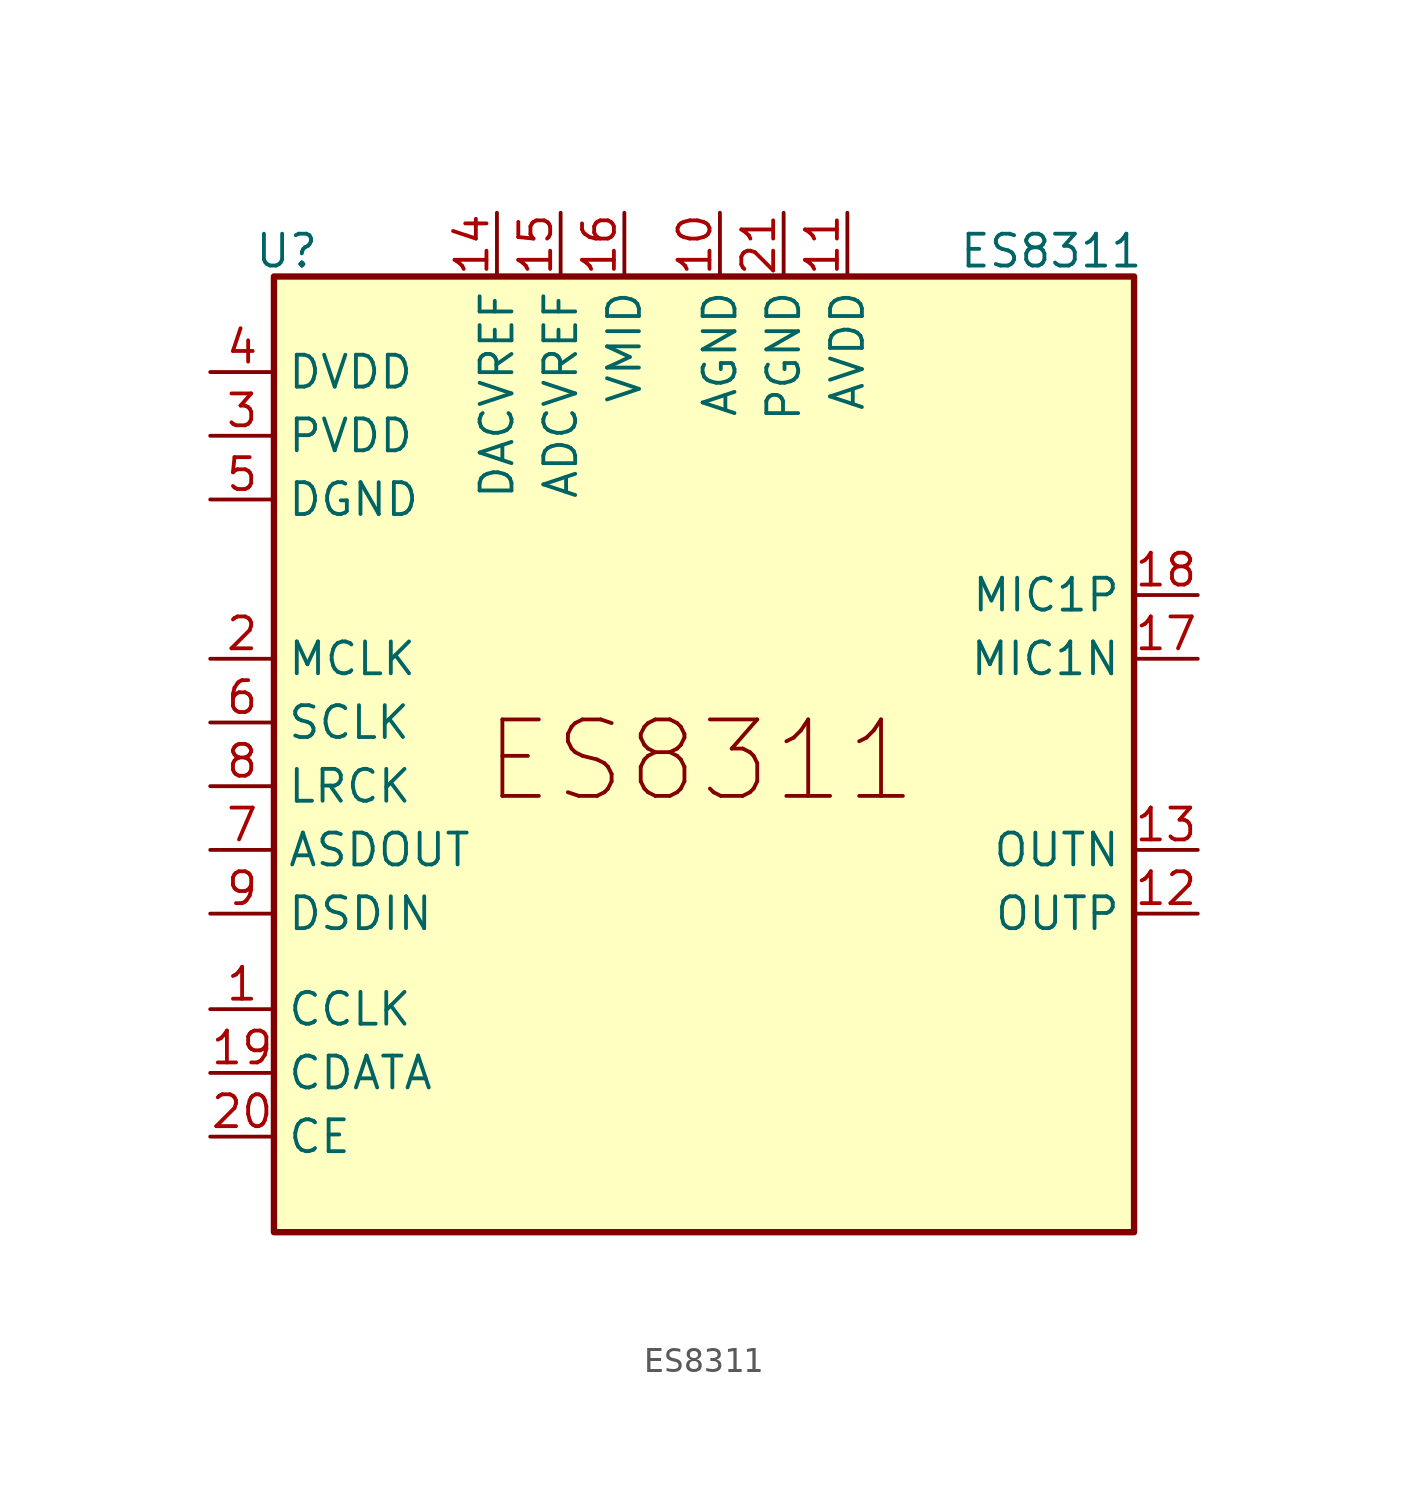
<source format=kicad_sym>
(kicad_symbol_lib
  (version 20241209)
  (generator "kicad_symbol_editor")
  (generator_version "9.0")
  (symbol "ES8311"
    (property "Reference" "U"
      (at 0.508 7.366 0)
      (effects (font (size 1.27 1.27))))
    (property "Value" "ES8311"
      (at 30.988 7.366 0)
      (effects (font (size 1.27 1.27))))
    (symbol "ES8311_1_1"
      (rectangle (start 0 6.35) (end 34.29 -31.75) (stroke (width 0.254) (type default)) (fill (type background)))
      (text "ES8311" (at 17.018 -12.954 0) (effects (font (size 3.048 3.048))))
      (pin power_in line (at -2.54 2.54 0) (length 2.54) (name "DVDD" (effects (font (size 1.27 1.27)))) (number "4" (effects (font (size 1.27 1.27)))))
      (pin power_in line (at -2.54 0 0) (length 2.54) (name "PVDD" (effects (font (size 1.27 1.27)))) (number "3" (effects (font (size 1.27 1.27)))))
      (pin power_in line (at -2.54 -2.54 0) (length 2.54) (name "DGND" (effects (font (size 1.27 1.27)))) (number "5" (effects (font (size 1.27 1.27)))))
      (pin input line (at -2.54 -8.89 0) (length 2.54) (name "MCLK" (effects (font (size 1.27 1.27)))) (number "2" (effects (font (size 1.27 1.27)))))
      (pin input line (at -2.54 -11.43 0) (length 2.54) (name "SCLK" (effects (font (size 1.27 1.27)))) (number "6" (effects (font (size 1.27 1.27)))))
      (pin input line (at -2.54 -13.97 0) (length 2.54) (name "LRCK" (effects (font (size 1.27 1.27)))) (number "8" (effects (font (size 1.27 1.27)))))
      (pin output line (at -2.54 -16.51 0) (length 2.54) (name "ASDOUT" (effects (font (size 1.27 1.27)))) (number "7" (effects (font (size 1.27 1.27)))))
      (pin input line (at -2.54 -19.05 0) (length 2.54) (name "DSDIN" (effects (font (size 1.27 1.27)))) (number "9" (effects (font (size 1.27 1.27)))))
      (pin input line (at -2.54 -22.86 0) (length 2.54) (name "CCLK" (effects (font (size 1.27 1.27)))) (number "1" (effects (font (size 1.27 1.27)))))
      (pin bidirectional line (at -2.54 -25.4 0) (length 2.54) (name "CDATA" (effects (font (size 1.27 1.27)))) (number "19" (effects (font (size 1.27 1.27)))))
      (pin input line (at -2.54 -27.94 0) (length 2.54) (name "CE" (effects (font (size 1.27 1.27)))) (number "20" (effects (font (size 1.27 1.27)))))
      (pin output line (at 8.89 8.89 270) (length 2.54) (name "DACVREF" (effects (font (size 1.27 1.27)))) (number "14" (effects (font (size 1.27 1.27)))))
      (pin output line (at 11.43 8.89 270) (length 2.54) (name "ADCVREF" (effects (font (size 1.27 1.27)))) (number "15" (effects (font (size 1.27 1.27)))))
      (pin output line (at 13.97 8.89 270) (length 2.54) (name "VMID" (effects (font (size 1.27 1.27)))) (number "16" (effects (font (size 1.27 1.27)))))
      (pin power_in line (at 17.78 8.89 270) (length 2.54) (name "AGND" (effects (font (size 1.27 1.27)))) (number "10" (effects (font (size 1.27 1.27)))))
      (pin power_in line (at 20.32 8.89 270) (length 2.54) (name "PGND" (effects (font (size 1.27 1.27)))) (number "21" (effects (font (size 1.27 1.27)))))
      (pin power_in line (at 22.86 8.89 270) (length 2.54) (name "AVDD" (effects (font (size 1.27 1.27)))) (number "11" (effects (font (size 1.27 1.27)))))
      (pin input line (at 36.83 -6.35 180) (length 2.54) (name "MIC1P" (effects (font (size 1.27 1.27)))) (number "18" (effects (font (size 1.27 1.27)))))
      (pin input line (at 36.83 -8.89 180) (length 2.54) (name "MIC1N" (effects (font (size 1.27 1.27)))) (number "17" (effects (font (size 1.27 1.27)))))
      (pin output line (at 36.83 -16.51 180) (length 2.54) (name "OUTN" (effects (font (size 1.27 1.27)))) (number "13" (effects (font (size 1.27 1.27)))))
      (pin output line (at 36.83 -19.05 180) (length 2.54) (name "OUTP" (effects (font (size 1.27 1.27)))) (number "12" (effects (font (size 1.27 1.27))))))))
</source>
